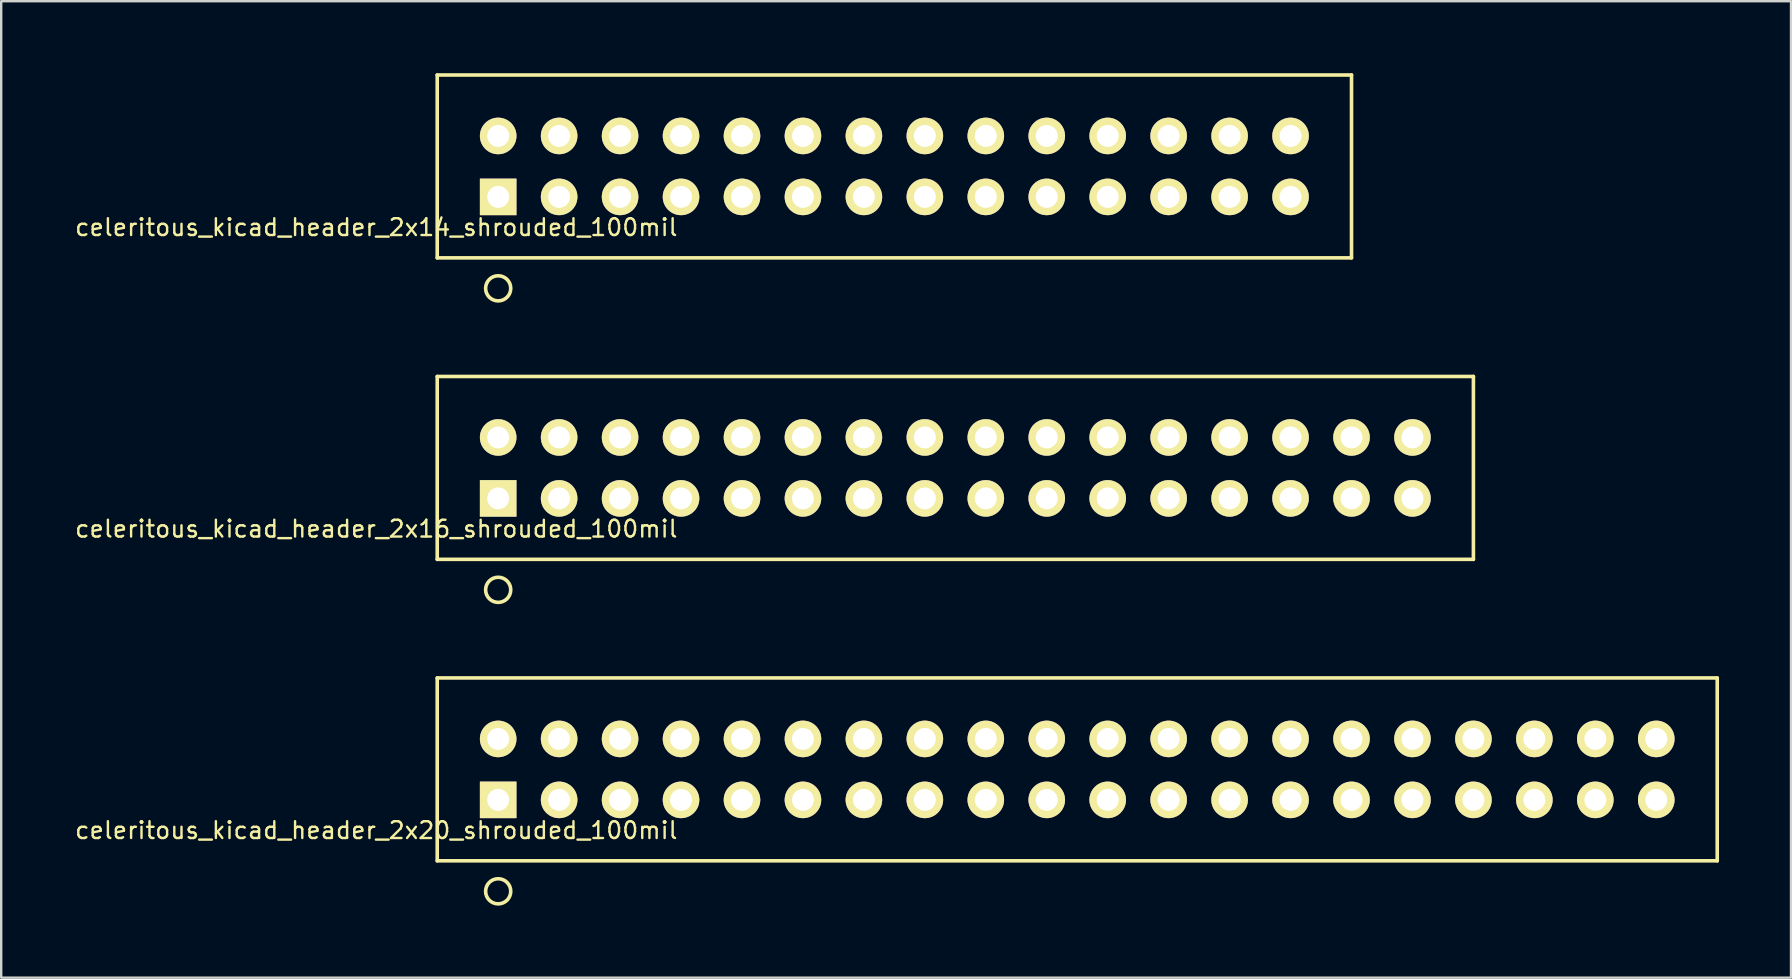
<source format=kicad_pcb>
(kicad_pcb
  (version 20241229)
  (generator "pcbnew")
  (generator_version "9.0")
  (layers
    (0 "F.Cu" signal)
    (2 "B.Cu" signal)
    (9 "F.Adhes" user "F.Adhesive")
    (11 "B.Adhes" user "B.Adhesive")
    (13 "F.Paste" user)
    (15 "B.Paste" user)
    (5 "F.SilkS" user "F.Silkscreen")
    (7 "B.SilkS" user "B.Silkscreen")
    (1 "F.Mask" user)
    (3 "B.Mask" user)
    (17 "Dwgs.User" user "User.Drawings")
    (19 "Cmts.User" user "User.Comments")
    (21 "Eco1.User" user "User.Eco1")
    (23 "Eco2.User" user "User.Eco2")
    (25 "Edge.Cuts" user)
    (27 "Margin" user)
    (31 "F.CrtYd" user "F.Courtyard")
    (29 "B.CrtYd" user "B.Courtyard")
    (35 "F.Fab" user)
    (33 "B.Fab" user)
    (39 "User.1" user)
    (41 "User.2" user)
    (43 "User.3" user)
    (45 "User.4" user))
  (footprint "celeritous_kicad_header_2x16_shrouded_100mil"
    (layer "F.Cu")
    (at 17.71 17.719)
    (property "Reference" "celeritous_kicad_header_2x16_shrouded_100mil" (at -5.08 1.27 0) (layer "F.SilkS") (effects (font (size 0.7 0.7) (thickness 0.1))))
    (attr through_hole)
    (fp_line (start -2.54 -5.08) (end -2.54 2.54) (stroke (width 0.15) (type solid)) (layer "F.SilkS"))
    (fp_line (start -2.54 2.54) (end 40.64 2.54) (stroke (width 0.15) (type solid)) (layer "F.SilkS"))
    (fp_line (start 40.64 -5.08) (end -2.54 -5.08) (stroke (width 0.15) (type solid)) (layer "F.SilkS"))
    (fp_line (start 40.64 -5.08) (end 40.64 2.54) (stroke (width 0.15) (type solid)) (layer "F.SilkS"))
    (fp_circle (center 0 3.81) (end 0.508 3.937) (stroke (width 0.15) (type solid)) (fill no) (layer "F.SilkS"))
    (pad "1" thru_hole rect (at 0 0) (size 1.524 1.524) (drill 0.914) (layers "*.Cu" "*.Mask" "F.SilkS"))
    (pad "2" thru_hole circle (at 0 -2.54) (size 1.524 1.524) (drill 0.914) (layers "*.Cu" "*.Mask" "F.SilkS"))
    (pad "3" thru_hole circle (at 2.54 0) (size 1.524 1.524) (drill 0.914) (layers "*.Cu" "*.Mask" "F.SilkS"))
    (pad "4" thru_hole circle (at 2.54 -2.54) (size 1.524 1.524) (drill 0.914) (layers "*.Cu" "*.Mask" "F.SilkS"))
    (pad "5" thru_hole circle (at 5.08 0) (size 1.524 1.524) (drill 0.914) (layers "*.Cu" "*.Mask" "F.SilkS"))
    (pad "6" thru_hole circle (at 5.08 -2.54) (size 1.524 1.524) (drill 0.914) (layers "*.Cu" "*.Mask" "F.SilkS"))
    (pad "7" thru_hole circle (at 7.62 0) (size 1.524 1.524) (drill 0.914) (layers "*.Cu" "*.Mask" "F.SilkS"))
    (pad "8" thru_hole circle (at 7.62 -2.54) (size 1.524 1.524) (drill 0.914) (layers "*.Cu" "*.Mask" "F.SilkS"))
    (pad "9" thru_hole circle (at 10.16 0) (size 1.524 1.524) (drill 0.914) (layers "*.Cu" "*.Mask" "F.SilkS"))
    (pad "10" thru_hole circle (at 10.16 -2.54) (size 1.524 1.524) (drill 0.914) (layers "*.Cu" "*.Mask" "F.SilkS"))
    (pad "11" thru_hole circle (at 12.7 0) (size 1.524 1.524) (drill 0.914) (layers "*.Cu" "*.Mask" "F.SilkS"))
    (pad "12" thru_hole circle (at 12.7 -2.54) (size 1.524 1.524) (drill 0.914) (layers "*.Cu" "*.Mask" "F.SilkS"))
    (pad "13" thru_hole circle (at 15.24 0) (size 1.524 1.524) (drill 0.914) (layers "*.Cu" "*.Mask" "F.SilkS"))
    (pad "14" thru_hole circle (at 15.24 -2.54) (size 1.524 1.524) (drill 0.914) (layers "*.Cu" "*.Mask" "F.SilkS"))
    (pad "15" thru_hole circle (at 17.78 0) (size 1.524 1.524) (drill 0.914) (layers "*.Cu" "*.Mask" "F.SilkS"))
    (pad "16" thru_hole circle (at 17.78 -2.54) (size 1.524 1.524) (drill 0.914) (layers "*.Cu" "*.Mask" "F.SilkS"))
    (pad "17" thru_hole circle (at 20.32 0) (size 1.524 1.524) (drill 0.914) (layers "*.Cu" "*.Mask" "F.SilkS"))
    (pad "18" thru_hole circle (at 20.32 -2.54) (size 1.524 1.524) (drill 0.914) (layers "*.Cu" "*.Mask" "F.SilkS"))
    (pad "19" thru_hole circle (at 22.86 0) (size 1.524 1.524) (drill 0.914) (layers "*.Cu" "*.Mask" "F.SilkS"))
    (pad "20" thru_hole circle (at 22.86 -2.54) (size 1.524 1.524) (drill 0.914) (layers "*.Cu" "*.Mask" "F.SilkS"))
    (pad "21" thru_hole circle (at 25.4 0) (size 1.524 1.524) (drill 0.914) (layers "*.Cu" "*.Mask" "F.SilkS"))
    (pad "22" thru_hole circle (at 25.4 -2.54) (size 1.524 1.524) (drill 0.914) (layers "*.Cu" "*.Mask" "F.SilkS"))
    (pad "23" thru_hole circle (at 27.94 0) (size 1.524 1.524) (drill 0.914) (layers "*.Cu" "*.Mask" "F.SilkS"))
    (pad "24" thru_hole circle (at 27.94 -2.54) (size 1.524 1.524) (drill 0.914) (layers "*.Cu" "*.Mask" "F.SilkS"))
    (pad "25" thru_hole circle (at 30.48 0) (size 1.524 1.524) (drill 0.914) (layers "*.Cu" "*.Mask" "F.SilkS"))
    (pad "26" thru_hole circle (at 30.48 -2.54) (size 1.524 1.524) (drill 0.914) (layers "*.Cu" "*.Mask" "F.SilkS"))
    (pad "27" thru_hole circle (at 33.02 0) (size 1.524 1.524) (drill 0.914) (layers "*.Cu" "*.Mask" "F.SilkS"))
    (pad "28" thru_hole circle (at 33.02 -2.54) (size 1.524 1.524) (drill 0.914) (layers "*.Cu" "*.Mask" "F.SilkS"))
    (pad "29" thru_hole circle (at 35.56 0) (size 1.524 1.524) (drill 0.914) (layers "*.Cu" "*.Mask" "F.SilkS"))
    (pad "30" thru_hole circle (at 35.56 -2.54) (size 1.524 1.524) (drill 0.914) (layers "*.Cu" "*.Mask" "F.SilkS"))
    (pad "31" thru_hole circle (at 38.1 0) (size 1.524 1.524) (drill 0.914) (layers "*.Cu" "*.Mask" "F.SilkS"))
    (pad "32" thru_hole circle (at 38.1 -2.54) (size 1.524 1.524) (drill 0.914) (layers "*.Cu" "*.Mask" "F.SilkS")))
  (footprint "celeritous_kicad_header_2x14_shrouded_100mil"
    (layer "F.Cu")
    (at 17.71 5.155)
    (property "Reference" "celeritous_kicad_header_2x14_shrouded_100mil" (at -5.08 1.27 0) (layer "F.SilkS") (effects (font (size 0.7 0.7) (thickness 0.1))))
    (attr through_hole)
    (fp_line (start -2.54 -5.08) (end -2.54 2.54) (stroke (width 0.15) (type solid)) (layer "F.SilkS"))
    (fp_line (start -2.54 2.54) (end 35.56 2.54) (stroke (width 0.15) (type solid)) (layer "F.SilkS"))
    (fp_line (start 35.56 -5.08) (end -2.54 -5.08) (stroke (width 0.15) (type solid)) (layer "F.SilkS"))
    (fp_line (start 35.56 -5.08) (end 35.56 2.54) (stroke (width 0.15) (type solid)) (layer "F.SilkS"))
    (fp_circle (center 0 3.81) (end 0.508 3.937) (stroke (width 0.15) (type solid)) (fill no) (layer "F.SilkS"))
    (pad "1" thru_hole rect (at 0 0) (size 1.524 1.524) (drill 0.914) (layers "*.Cu" "*.Mask" "F.SilkS"))
    (pad "2" thru_hole circle (at 0 -2.54) (size 1.524 1.524) (drill 0.914) (layers "*.Cu" "*.Mask" "F.SilkS"))
    (pad "3" thru_hole circle (at 2.54 0) (size 1.524 1.524) (drill 0.914) (layers "*.Cu" "*.Mask" "F.SilkS"))
    (pad "4" thru_hole circle (at 2.54 -2.54) (size 1.524 1.524) (drill 0.914) (layers "*.Cu" "*.Mask" "F.SilkS"))
    (pad "5" thru_hole circle (at 5.08 0) (size 1.524 1.524) (drill 0.914) (layers "*.Cu" "*.Mask" "F.SilkS"))
    (pad "6" thru_hole circle (at 5.08 -2.54) (size 1.524 1.524) (drill 0.914) (layers "*.Cu" "*.Mask" "F.SilkS"))
    (pad "7" thru_hole circle (at 7.62 0) (size 1.524 1.524) (drill 0.914) (layers "*.Cu" "*.Mask" "F.SilkS"))
    (pad "8" thru_hole circle (at 7.62 -2.54) (size 1.524 1.524) (drill 0.914) (layers "*.Cu" "*.Mask" "F.SilkS"))
    (pad "9" thru_hole circle (at 10.16 0) (size 1.524 1.524) (drill 0.914) (layers "*.Cu" "*.Mask" "F.SilkS"))
    (pad "10" thru_hole circle (at 10.16 -2.54) (size 1.524 1.524) (drill 0.914) (layers "*.Cu" "*.Mask" "F.SilkS"))
    (pad "11" thru_hole circle (at 12.7 0) (size 1.524 1.524) (drill 0.914) (layers "*.Cu" "*.Mask" "F.SilkS"))
    (pad "12" thru_hole circle (at 12.7 -2.54) (size 1.524 1.524) (drill 0.914) (layers "*.Cu" "*.Mask" "F.SilkS"))
    (pad "13" thru_hole circle (at 15.24 0) (size 1.524 1.524) (drill 0.914) (layers "*.Cu" "*.Mask" "F.SilkS"))
    (pad "14" thru_hole circle (at 15.24 -2.54) (size 1.524 1.524) (drill 0.914) (layers "*.Cu" "*.Mask" "F.SilkS"))
    (pad "15" thru_hole circle (at 17.78 0) (size 1.524 1.524) (drill 0.914) (layers "*.Cu" "*.Mask" "F.SilkS"))
    (pad "16" thru_hole circle (at 17.78 -2.54) (size 1.524 1.524) (drill 0.914) (layers "*.Cu" "*.Mask" "F.SilkS"))
    (pad "17" thru_hole circle (at 20.32 0) (size 1.524 1.524) (drill 0.914) (layers "*.Cu" "*.Mask" "F.SilkS"))
    (pad "18" thru_hole circle (at 20.32 -2.54) (size 1.524 1.524) (drill 0.914) (layers "*.Cu" "*.Mask" "F.SilkS"))
    (pad "19" thru_hole circle (at 22.86 0) (size 1.524 1.524) (drill 0.914) (layers "*.Cu" "*.Mask" "F.SilkS"))
    (pad "20" thru_hole circle (at 22.86 -2.54) (size 1.524 1.524) (drill 0.914) (layers "*.Cu" "*.Mask" "F.SilkS"))
    (pad "21" thru_hole circle (at 25.4 0) (size 1.524 1.524) (drill 0.914) (layers "*.Cu" "*.Mask" "F.SilkS"))
    (pad "22" thru_hole circle (at 25.4 -2.54) (size 1.524 1.524) (drill 0.914) (layers "*.Cu" "*.Mask" "F.SilkS"))
    (pad "23" thru_hole circle (at 27.94 0) (size 1.524 1.524) (drill 0.914) (layers "*.Cu" "*.Mask" "F.SilkS"))
    (pad "24" thru_hole circle (at 27.94 -2.54) (size 1.524 1.524) (drill 0.914) (layers "*.Cu" "*.Mask" "F.SilkS"))
    (pad "25" thru_hole circle (at 30.48 0) (size 1.524 1.524) (drill 0.914) (layers "*.Cu" "*.Mask" "F.SilkS"))
    (pad "26" thru_hole circle (at 30.48 -2.54) (size 1.524 1.524) (drill 0.914) (layers "*.Cu" "*.Mask" "F.SilkS"))
    (pad "27" thru_hole circle (at 33.02 0) (size 1.524 1.524) (drill 0.914) (layers "*.Cu" "*.Mask" "F.SilkS"))
    (pad "28" thru_hole circle (at 33.02 -2.54) (size 1.524 1.524) (drill 0.914) (layers "*.Cu" "*.Mask" "F.SilkS")))
  (footprint "celeritous_kicad_header_2x20_shrouded_100mil"
    (layer "F.Cu")
    (at 17.71 30.282)
    (property "Reference" "celeritous_kicad_header_2x20_shrouded_100mil" (at -5.08 1.27 0) (layer "F.SilkS") (effects (font (size 0.7 0.7) (thickness 0.1))))
    (attr through_hole)
    (fp_line (start -2.54 -5.08) (end -2.54 2.54) (stroke (width 0.15) (type solid)) (layer "F.SilkS"))
    (fp_line (start -2.54 2.54) (end 50.8 2.54) (stroke (width 0.15) (type solid)) (layer "F.SilkS"))
    (fp_line (start 50.8 -5.08) (end -2.54 -5.08) (stroke (width 0.15) (type solid)) (layer "F.SilkS"))
    (fp_line (start 50.8 -5.08) (end 50.8 2.54) (stroke (width 0.15) (type solid)) (layer "F.SilkS"))
    (fp_circle (center 0 3.81) (end 0.508 3.937) (stroke (width 0.15) (type solid)) (fill no) (layer "F.SilkS"))
    (pad "1" thru_hole rect (at 0 0) (size 1.524 1.524) (drill 0.914) (layers "*.Cu" "*.Mask" "F.SilkS"))
    (pad "2" thru_hole circle (at 0 -2.54) (size 1.524 1.524) (drill 0.914) (layers "*.Cu" "*.Mask" "F.SilkS"))
    (pad "3" thru_hole circle (at 2.54 0) (size 1.524 1.524) (drill 0.914) (layers "*.Cu" "*.Mask" "F.SilkS"))
    (pad "4" thru_hole circle (at 2.54 -2.54) (size 1.524 1.524) (drill 0.914) (layers "*.Cu" "*.Mask" "F.SilkS"))
    (pad "5" thru_hole circle (at 5.08 0) (size 1.524 1.524) (drill 0.914) (layers "*.Cu" "*.Mask" "F.SilkS"))
    (pad "6" thru_hole circle (at 5.08 -2.54) (size 1.524 1.524) (drill 0.914) (layers "*.Cu" "*.Mask" "F.SilkS"))
    (pad "7" thru_hole circle (at 7.62 0) (size 1.524 1.524) (drill 0.914) (layers "*.Cu" "*.Mask" "F.SilkS"))
    (pad "8" thru_hole circle (at 7.62 -2.54) (size 1.524 1.524) (drill 0.914) (layers "*.Cu" "*.Mask" "F.SilkS"))
    (pad "9" thru_hole circle (at 10.16 0) (size 1.524 1.524) (drill 0.914) (layers "*.Cu" "*.Mask" "F.SilkS"))
    (pad "10" thru_hole circle (at 10.16 -2.54) (size 1.524 1.524) (drill 0.914) (layers "*.Cu" "*.Mask" "F.SilkS"))
    (pad "11" thru_hole circle (at 12.7 0) (size 1.524 1.524) (drill 0.914) (layers "*.Cu" "*.Mask" "F.SilkS"))
    (pad "12" thru_hole circle (at 12.7 -2.54) (size 1.524 1.524) (drill 0.914) (layers "*.Cu" "*.Mask" "F.SilkS"))
    (pad "13" thru_hole circle (at 15.24 0) (size 1.524 1.524) (drill 0.914) (layers "*.Cu" "*.Mask" "F.SilkS"))
    (pad "14" thru_hole circle (at 15.24 -2.54) (size 1.524 1.524) (drill 0.914) (layers "*.Cu" "*.Mask" "F.SilkS"))
    (pad "15" thru_hole circle (at 17.78 0) (size 1.524 1.524) (drill 0.914) (layers "*.Cu" "*.Mask" "F.SilkS"))
    (pad "16" thru_hole circle (at 17.78 -2.54) (size 1.524 1.524) (drill 0.914) (layers "*.Cu" "*.Mask" "F.SilkS"))
    (pad "17" thru_hole circle (at 20.32 0) (size 1.524 1.524) (drill 0.914) (layers "*.Cu" "*.Mask" "F.SilkS"))
    (pad "18" thru_hole circle (at 20.32 -2.54) (size 1.524 1.524) (drill 0.914) (layers "*.Cu" "*.Mask" "F.SilkS"))
    (pad "19" thru_hole circle (at 22.86 0) (size 1.524 1.524) (drill 0.914) (layers "*.Cu" "*.Mask" "F.SilkS"))
    (pad "20" thru_hole circle (at 22.86 -2.54) (size 1.524 1.524) (drill 0.914) (layers "*.Cu" "*.Mask" "F.SilkS"))
    (pad "21" thru_hole circle (at 25.4 0) (size 1.524 1.524) (drill 0.914) (layers "*.Cu" "*.Mask" "F.SilkS"))
    (pad "22" thru_hole circle (at 25.4 -2.54) (size 1.524 1.524) (drill 0.914) (layers "*.Cu" "*.Mask" "F.SilkS"))
    (pad "23" thru_hole circle (at 27.94 0) (size 1.524 1.524) (drill 0.914) (layers "*.Cu" "*.Mask" "F.SilkS"))
    (pad "24" thru_hole circle (at 27.94 -2.54) (size 1.524 1.524) (drill 0.914) (layers "*.Cu" "*.Mask" "F.SilkS"))
    (pad "25" thru_hole circle (at 30.48 0) (size 1.524 1.524) (drill 0.914) (layers "*.Cu" "*.Mask" "F.SilkS"))
    (pad "26" thru_hole circle (at 30.48 -2.54) (size 1.524 1.524) (drill 0.914) (layers "*.Cu" "*.Mask" "F.SilkS"))
    (pad "27" thru_hole circle (at 33.02 0) (size 1.524 1.524) (drill 0.914) (layers "*.Cu" "*.Mask" "F.SilkS"))
    (pad "28" thru_hole circle (at 33.02 -2.54) (size 1.524 1.524) (drill 0.914) (layers "*.Cu" "*.Mask" "F.SilkS"))
    (pad "29" thru_hole circle (at 35.56 0) (size 1.524 1.524) (drill 0.914) (layers "*.Cu" "*.Mask" "F.SilkS"))
    (pad "30" thru_hole circle (at 35.56 -2.54) (size 1.524 1.524) (drill 0.914) (layers "*.Cu" "*.Mask" "F.SilkS"))
    (pad "31" thru_hole circle (at 38.1 0) (size 1.524 1.524) (drill 0.914) (layers "*.Cu" "*.Mask" "F.SilkS"))
    (pad "32" thru_hole circle (at 38.1 -2.54) (size 1.524 1.524) (drill 0.914) (layers "*.Cu" "*.Mask" "F.SilkS"))
    (pad "33" thru_hole circle (at 40.64 0) (size 1.524 1.524) (drill 0.914) (layers "*.Cu" "*.Mask" "F.SilkS"))
    (pad "34" thru_hole circle (at 40.64 -2.54) (size 1.524 1.524) (drill 0.914) (layers "*.Cu" "*.Mask" "F.SilkS"))
    (pad "35" thru_hole circle (at 43.18 0) (size 1.524 1.524) (drill 0.914) (layers "*.Cu" "*.Mask" "F.SilkS"))
    (pad "36" thru_hole circle (at 43.18 -2.54) (size 1.524 1.524) (drill 0.914) (layers "*.Cu" "*.Mask" "F.SilkS"))
    (pad "37" thru_hole circle (at 45.72 0) (size 1.524 1.524) (drill 0.914) (layers "*.Cu" "*.Mask" "F.SilkS"))
    (pad "38" thru_hole circle (at 45.72 -2.54) (size 1.524 1.524) (drill 0.914) (layers "*.Cu" "*.Mask" "F.SilkS"))
    (pad "39" thru_hole circle (at 48.26 0) (size 1.524 1.524) (drill 0.914) (layers "*.Cu" "*.Mask" "F.SilkS"))
    (pad "40" thru_hole circle (at 48.26 -2.54) (size 1.524 1.524) (drill 0.914) (layers "*.Cu" "*.Mask" "F.SilkS")))
  (gr_rect
    (start -3 -3)
    (end 71.585 37.691)
    (stroke (width 0.1) (type default))
    (fill no)
    (layer "Edge.Cuts")))
</source>
